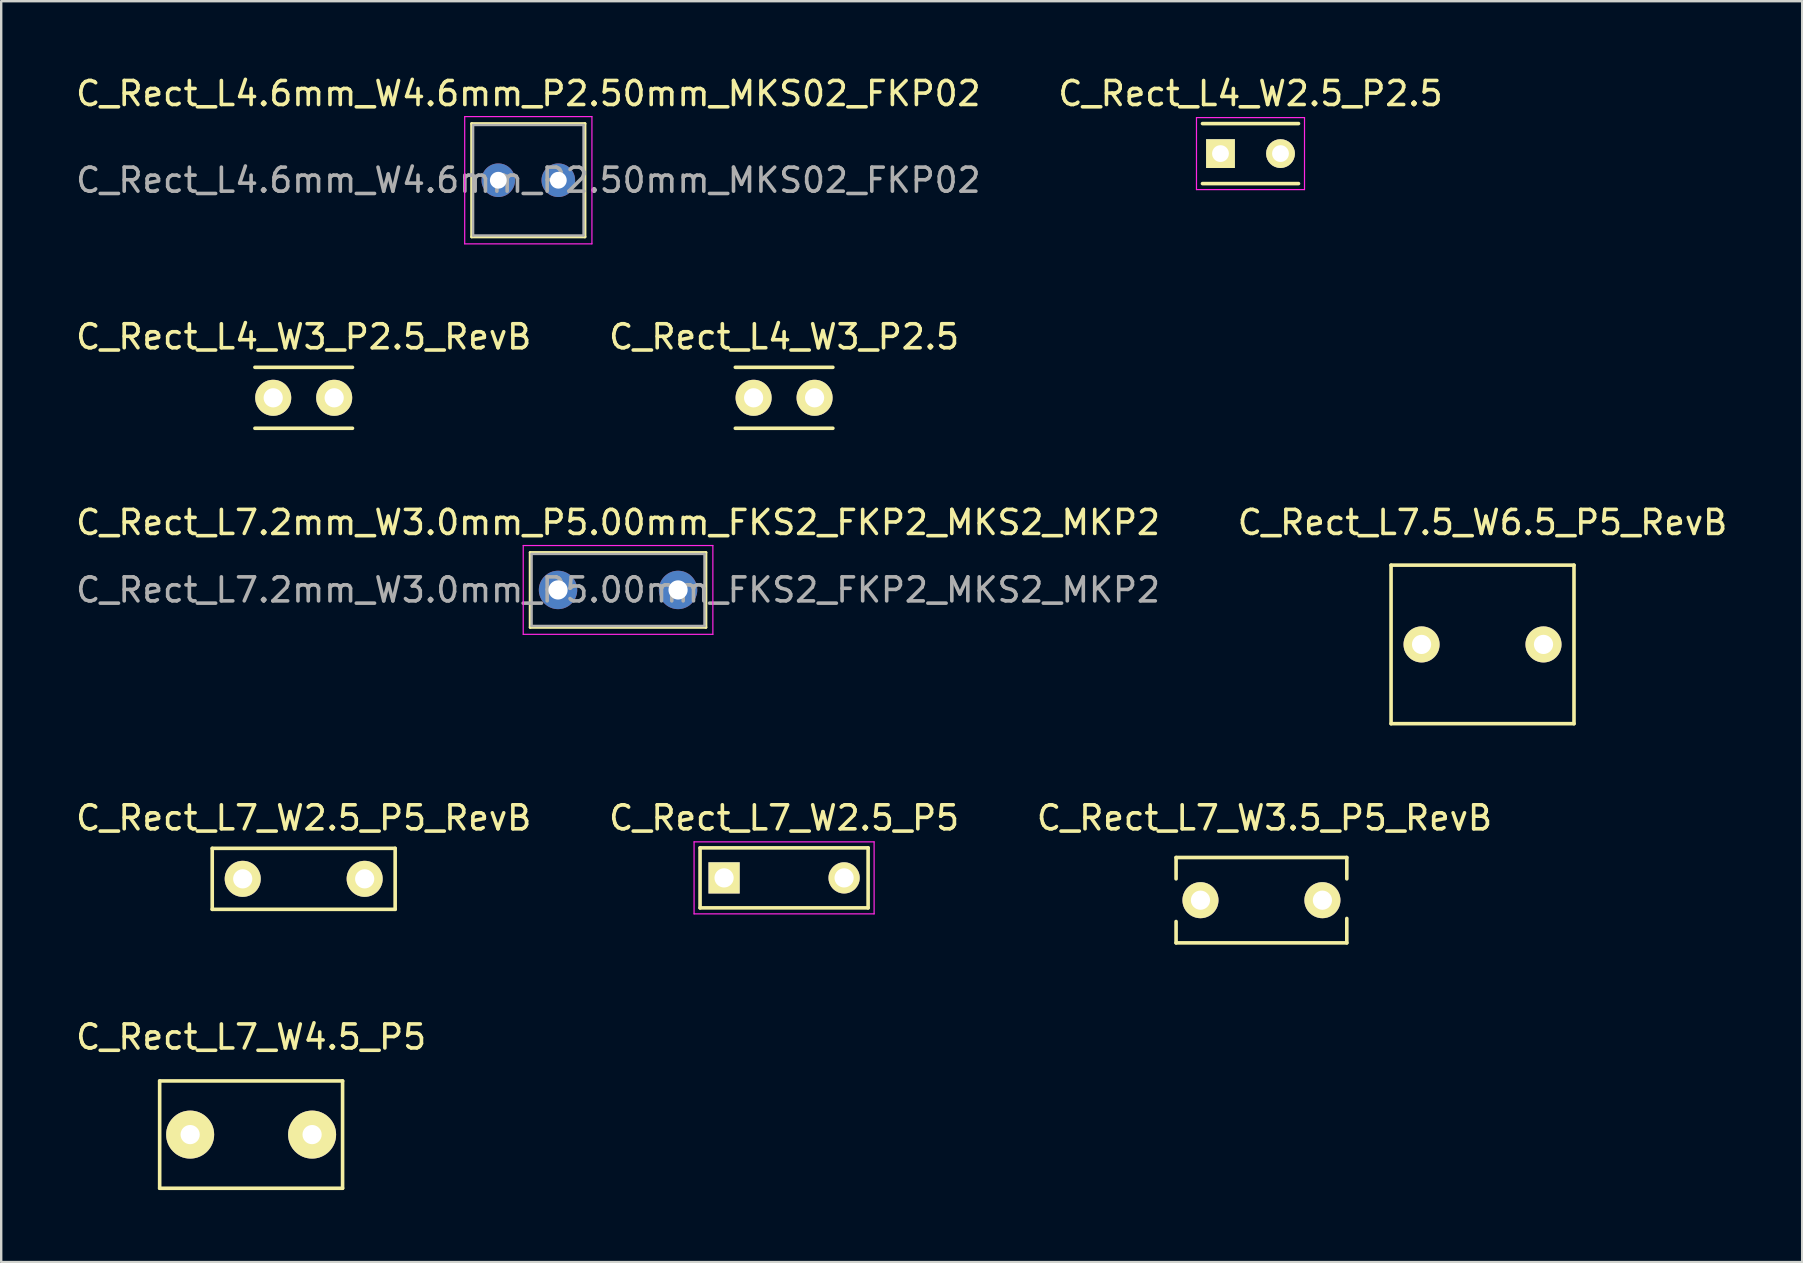
<source format=kicad_pcb>
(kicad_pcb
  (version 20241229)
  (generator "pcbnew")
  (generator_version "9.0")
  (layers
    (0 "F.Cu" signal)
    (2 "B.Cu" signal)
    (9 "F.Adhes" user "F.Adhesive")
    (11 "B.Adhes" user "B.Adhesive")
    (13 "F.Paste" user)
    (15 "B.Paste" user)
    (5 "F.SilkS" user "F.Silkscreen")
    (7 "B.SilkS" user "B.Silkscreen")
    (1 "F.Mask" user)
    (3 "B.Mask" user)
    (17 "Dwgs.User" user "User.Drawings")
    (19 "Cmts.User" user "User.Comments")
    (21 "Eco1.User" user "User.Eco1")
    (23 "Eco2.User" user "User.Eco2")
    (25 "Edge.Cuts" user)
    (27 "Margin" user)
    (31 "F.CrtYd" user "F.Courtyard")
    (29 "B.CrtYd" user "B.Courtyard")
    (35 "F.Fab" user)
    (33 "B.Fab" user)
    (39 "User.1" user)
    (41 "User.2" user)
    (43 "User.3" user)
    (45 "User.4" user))
  (footprint "C_Rect_L7.2mm_W3.0mm_P5.00mm_FKS2_FKP2_MKS2_MKP2"
    (layer "F.Cu")
    (at 20.196 21.525)
    (property "Reference" "C_Rect_L7.2mm_W3.0mm_P5.00mm_FKS2_FKP2_MKS2_MKP2" (at 2.5 -2.81 0) (layer "F.SilkS") (effects (font (size 1 1) (thickness 0.15))))
    (attr through_hole)
    (fp_line (start -1.16 -1.56) (end -1.16 1.56) (stroke (width 0.12) (type solid)) (layer "F.SilkS"))
    (fp_line (start -1.16 -1.56) (end 6.16 -1.56) (stroke (width 0.12) (type solid)) (layer "F.SilkS"))
    (fp_line (start -1.16 1.56) (end 6.16 1.56) (stroke (width 0.12) (type solid)) (layer "F.SilkS"))
    (fp_line (start 6.16 -1.56) (end 6.16 1.56) (stroke (width 0.12) (type solid)) (layer "F.SilkS"))
    (fp_line (start -1.45 -1.85) (end -1.45 1.85) (stroke (width 0.05) (type solid)) (layer "F.CrtYd"))
    (fp_line (start -1.45 1.85) (end 6.45 1.85) (stroke (width 0.05) (type solid)) (layer "F.CrtYd"))
    (fp_line (start 6.45 -1.85) (end -1.45 -1.85) (stroke (width 0.05) (type solid)) (layer "F.CrtYd"))
    (fp_line (start 6.45 1.85) (end 6.45 -1.85) (stroke (width 0.05) (type solid)) (layer "F.CrtYd"))
    (fp_line (start -1.1 -1.5) (end -1.1 1.5) (stroke (width 0.1) (type solid)) (layer "F.Fab"))
    (fp_line (start -1.1 1.5) (end 6.1 1.5) (stroke (width 0.1) (type solid)) (layer "F.Fab"))
    (fp_line (start 6.1 -1.5) (end -1.1 -1.5) (stroke (width 0.1) (type solid)) (layer "F.Fab"))
    (fp_line (start 6.1 1.5) (end 6.1 -1.5) (stroke (width 0.1) (type solid)) (layer "F.Fab"))
    (fp_text user "${REFERENCE}" (at 2.5 0 0) (layer "F.Fab") (effects (font (size 1 1) (thickness 0.15))))
    (pad "1" thru_hole circle (at 0 0) (size 1.6 1.6) (drill 0.8) (layers "*.Cu" "*.Mask"))
    (pad "2" thru_hole circle (at 5 0) (size 1.6 1.6) (drill 0.8) (layers "*.Cu" "*.Mask")))
  (footprint "C_Rect_L4_W3_P2.5_RevB"
    (layer "F.Cu")
    (at 9.601 13.521)
    (property "Reference" "C_Rect_L4_W3_P2.5_RevB" (at 0 -2.54 0) (layer "F.SilkS") (effects (font (size 1 1) (thickness 0.15))))
    (attr through_hole)
    (fp_line (start -2.032 1.27) (end 2.032 1.27) (stroke (width 0.15) (type solid)) (layer "F.SilkS"))
    (fp_line (start 2.032 -1.27) (end -2.032 -1.27) (stroke (width 0.15) (type solid)) (layer "F.SilkS"))
    (pad "1" thru_hole circle (at -1.27 0) (size 1.501 1.501) (drill 0.8) (layers "*.Cu" "*.Mask" "F.SilkS"))
    (pad "2" thru_hole circle (at 1.27 0) (size 1.501 1.501) (drill 0.8) (layers "*.Cu" "*.Mask" "F.SilkS")))
  (footprint "C_Rect_L7_W2.5_P5_RevB"
    (layer "F.Cu")
    (at 9.601 33.56)
    (property "Reference" "C_Rect_L7_W2.5_P5_RevB" (at 0 -2.54 0) (layer "F.SilkS") (effects (font (size 1 1) (thickness 0.15))))
    (attr through_hole)
    (fp_line (start -3.81 -1.27) (end -3.81 1.27) (stroke (width 0.15) (type solid)) (layer "F.SilkS"))
    (fp_line (start -3.81 1.27) (end 3.81 1.27) (stroke (width 0.15) (type solid)) (layer "F.SilkS"))
    (fp_line (start 3.81 -1.27) (end -3.81 -1.27) (stroke (width 0.15) (type solid)) (layer "F.SilkS"))
    (fp_line (start 3.81 1.27) (end 3.81 -1.27) (stroke (width 0.15) (type solid)) (layer "F.SilkS"))
    (pad "1" thru_hole circle (at -2.54 0) (size 1.501 1.501) (drill 0.8) (layers "*.Cu" "*.Mask" "F.SilkS"))
    (pad "2" thru_hole circle (at 2.54 0) (size 1.501 1.501) (drill 0.8) (layers "*.Cu" "*.Mask" "F.SilkS")))
  (footprint "C_Rect_L4.6mm_W4.6mm_P2.50mm_MKS02_FKP02"
    (layer "F.Cu")
    (at 17.708 4.458)
    (property "Reference" "C_Rect_L4.6mm_W4.6mm_P2.50mm_MKS02_FKP02" (at 1.25 -3.61 0) (layer "F.SilkS") (effects (font (size 1 1) (thickness 0.15))))
    (attr through_hole)
    (fp_line (start -1.11 -2.36) (end -1.11 2.36) (stroke (width 0.12) (type solid)) (layer "F.SilkS"))
    (fp_line (start -1.11 -2.36) (end 3.61 -2.36) (stroke (width 0.12) (type solid)) (layer "F.SilkS"))
    (fp_line (start -1.11 2.36) (end 3.61 2.36) (stroke (width 0.12) (type solid)) (layer "F.SilkS"))
    (fp_line (start 3.61 -2.36) (end 3.61 2.36) (stroke (width 0.12) (type solid)) (layer "F.SilkS"))
    (fp_line (start -1.4 -2.65) (end -1.4 2.65) (stroke (width 0.05) (type solid)) (layer "F.CrtYd"))
    (fp_line (start -1.4 2.65) (end 3.9 2.65) (stroke (width 0.05) (type solid)) (layer "F.CrtYd"))
    (fp_line (start 3.9 -2.65) (end -1.4 -2.65) (stroke (width 0.05) (type solid)) (layer "F.CrtYd"))
    (fp_line (start 3.9 2.65) (end 3.9 -2.65) (stroke (width 0.05) (type solid)) (layer "F.CrtYd"))
    (fp_line (start -1.05 -2.3) (end -1.05 2.3) (stroke (width 0.1) (type solid)) (layer "F.Fab"))
    (fp_line (start -1.05 2.3) (end 3.55 2.3) (stroke (width 0.1) (type solid)) (layer "F.Fab"))
    (fp_line (start 3.55 -2.3) (end -1.05 -2.3) (stroke (width 0.1) (type solid)) (layer "F.Fab"))
    (fp_line (start 3.55 2.3) (end 3.55 -2.3) (stroke (width 0.1) (type solid)) (layer "F.Fab"))
    (fp_text user "${REFERENCE}" (at 1.25 0 0) (layer "F.Fab") (effects (font (size 1 1) (thickness 0.15))))
    (pad "1" thru_hole circle (at 0 0) (size 1.4 1.4) (drill 0.7) (layers "*.Cu" "*.Mask"))
    (pad "2" thru_hole circle (at 2.5 0) (size 1.4 1.4) (drill 0.7) (layers "*.Cu" "*.Mask")))
  (footprint "C_Rect_L7.5_W6.5_P5_RevB"
    (layer "F.Cu")
    (at 58.708 23.795)
    (property "Reference" "C_Rect_L7.5_W6.5_P5_RevB" (at 0 -5.08 0) (layer "F.SilkS") (effects (font (size 1 1) (thickness 0.15))))
    (attr through_hole)
    (fp_line (start -3.81 -3.302) (end -3.81 3.302) (stroke (width 0.15) (type solid)) (layer "F.SilkS"))
    (fp_line (start -3.81 3.302) (end 3.81 3.302) (stroke (width 0.15) (type solid)) (layer "F.SilkS"))
    (fp_line (start 3.81 -3.302) (end -3.81 -3.302) (stroke (width 0.15) (type solid)) (layer "F.SilkS"))
    (fp_line (start 3.81 3.302) (end 3.81 -3.302) (stroke (width 0.15) (type solid)) (layer "F.SilkS"))
    (pad "1" thru_hole circle (at -2.54 0) (size 1.501 1.501) (drill 0.8) (layers "*.Cu" "*.Mask" "F.SilkS"))
    (pad "2" thru_hole circle (at 2.54 0) (size 1.501 1.501) (drill 0.8) (layers "*.Cu" "*.Mask" "F.SilkS")))
  (footprint "C_Rect_L7_W3.5_P5_RevB"
    (layer "F.Cu")
    (at 49.498 34.449)
    (property "Reference" "C_Rect_L7_W3.5_P5_RevB" (at 0.127 -3.429 0) (layer "F.SilkS") (effects (font (size 1 1) (thickness 0.15))))
    (attr through_hole)
    (fp_line (start -3.556 -1.778) (end -3.556 -0.889) (stroke (width 0.15) (type solid)) (layer "F.SilkS"))
    (fp_line (start -3.556 1.778) (end -3.556 0.889) (stroke (width 0.15) (type solid)) (layer "F.SilkS"))
    (fp_line (start -3.556 1.778) (end 3.556 1.778) (stroke (width 0.15) (type solid)) (layer "F.SilkS"))
    (fp_line (start 3.556 -1.778) (end -3.556 -1.778) (stroke (width 0.15) (type solid)) (layer "F.SilkS"))
    (fp_line (start 3.556 -1.778) (end 3.556 -0.889) (stroke (width 0.15) (type solid)) (layer "F.SilkS"))
    (fp_line (start 3.556 1.778) (end 3.556 0.762) (stroke (width 0.15) (type solid)) (layer "F.SilkS"))
    (pad "1" thru_hole circle (at -2.54 0) (size 1.501 1.501) (drill 0.8) (layers "*.Cu" "*.Mask" "F.SilkS"))
    (pad "2" thru_hole circle (at 2.54 0) (size 1.501 1.501) (drill 0.8) (layers "*.Cu" "*.Mask" "F.SilkS")))
  (footprint "C_Rect_L4_W3_P2.5"
    (layer "F.Cu")
    (at 28.343 13.521)
    (property "Reference" "C_Rect_L4_W3_P2.5" (at 1.27 -2.54 0) (layer "F.SilkS") (effects (font (size 1 1) (thickness 0.15))))
    (attr through_hole)
    (fp_line (start -0.762 1.27) (end 3.302 1.27) (stroke (width 0.15) (type solid)) (layer "F.SilkS"))
    (fp_line (start 3.302 -1.27) (end -0.762 -1.27) (stroke (width 0.15) (type solid)) (layer "F.SilkS"))
    (pad "1" thru_hole circle (at 0 0) (size 1.501 1.501) (drill 0.8) (layers "*.Cu" "*.Mask" "F.SilkS"))
    (pad "2" thru_hole circle (at 2.54 0) (size 1.501 1.501) (drill 0.8) (layers "*.Cu" "*.Mask" "F.SilkS")))
  (footprint "C_Rect_L7_W2.5_P5"
    (layer "F.Cu")
    (at 27.113 33.52)
    (property "Reference" "C_Rect_L7_W2.5_P5" (at 2.5 -2.5 0) (layer "F.SilkS") (effects (font (size 1 1) (thickness 0.15))))
    (attr through_hole)
    (fp_line (start -1 -1.25) (end 6 -1.25) (stroke (width 0.15) (type solid)) (layer "F.SilkS"))
    (fp_line (start -1 1.25) (end -1 -1.25) (stroke (width 0.15) (type solid)) (layer "F.SilkS"))
    (fp_line (start 6 -1.25) (end 6 1.25) (stroke (width 0.15) (type solid)) (layer "F.SilkS"))
    (fp_line (start 6 1.25) (end -1 1.25) (stroke (width 0.15) (type solid)) (layer "F.SilkS"))
    (fp_line (start -1.25 -1.5) (end 6.25 -1.5) (stroke (width 0.05) (type solid)) (layer "F.CrtYd"))
    (fp_line (start -1.25 1.5) (end -1.25 -1.5) (stroke (width 0.05) (type solid)) (layer "F.CrtYd"))
    (fp_line (start 6.25 -1.5) (end 6.25 1.5) (stroke (width 0.05) (type solid)) (layer "F.CrtYd"))
    (fp_line (start 6.25 1.5) (end -1.25 1.5) (stroke (width 0.05) (type solid)) (layer "F.CrtYd"))
    (pad "1" thru_hole rect (at 0 0) (size 1.3 1.3) (drill 0.8) (layers "*.Cu" "*.Mask" "F.SilkS"))
    (pad "2" thru_hole circle (at 5 0) (size 1.3 1.3) (drill 0.8) (layers "*.Cu" "*.Mask" "F.SilkS")))
  (footprint "C_Rect_L7_W4.5_P5"
    (layer "F.Cu")
    (at 7.411 44.214)
    (property "Reference" "C_Rect_L7_W4.5_P5" (at 0 -4.064 0) (layer "F.SilkS") (effects (font (size 1 1) (thickness 0.15))))
    (attr through_hole)
    (fp_line (start -3.81 -2.235) (end 3.81 -2.235) (stroke (width 0.15) (type solid)) (layer "F.SilkS"))
    (fp_line (start -3.81 2.235) (end -3.81 -2.235) (stroke (width 0.15) (type solid)) (layer "F.SilkS"))
    (fp_line (start 3.81 2.235) (end -3.81 2.235) (stroke (width 0.15) (type solid)) (layer "F.SilkS"))
    (fp_line (start 3.81 2.235) (end 3.81 -2.235) (stroke (width 0.15) (type solid)) (layer "F.SilkS"))
    (pad "1" thru_hole circle (at -2.54 0) (size 1.999 1.999) (drill 0.8) (layers "*.Cu" "*.Mask" "F.SilkS"))
    (pad "2" thru_hole circle (at 2.54 0) (size 1.999 1.999) (drill 0.8) (layers "*.Cu" "*.Mask" "F.SilkS")))
  (footprint "C_Rect_L4_W2.5_P2.5"
    (layer "F.Cu")
    (at 47.792 3.348)
    (property "Reference" "C_Rect_L4_W2.5_P2.5" (at 1.25 -2.5 0) (layer "F.SilkS") (effects (font (size 1 1) (thickness 0.15))))
    (attr through_hole)
    (fp_line (start -0.75 -1.25) (end 3.25 -1.25) (stroke (width 0.15) (type solid)) (layer "F.SilkS"))
    (fp_line (start -0.75 1.25) (end 3.25 1.25) (stroke (width 0.15) (type solid)) (layer "F.SilkS"))
    (fp_line (start -1 -1.5) (end 3.5 -1.5) (stroke (width 0.05) (type solid)) (layer "F.CrtYd"))
    (fp_line (start -1 1.5) (end -1 -1.5) (stroke (width 0.05) (type solid)) (layer "F.CrtYd"))
    (fp_line (start 3.5 -1.5) (end 3.5 1.5) (stroke (width 0.05) (type solid)) (layer "F.CrtYd"))
    (fp_line (start 3.5 1.5) (end -1 1.5) (stroke (width 0.05) (type solid)) (layer "F.CrtYd"))
    (pad "1" thru_hole rect (at 0 0) (size 1.2 1.2) (drill 0.7) (layers "*.Cu" "*.Mask" "F.SilkS"))
    (pad "2" thru_hole circle (at 2.5 0) (size 1.2 1.2) (drill 0.7) (layers "*.Cu" "*.Mask" "F.SilkS")))
  (gr_rect
    (start -3 -3)
    (end 72.024 49.524)
    (stroke (width 0.1) (type default))
    (fill no)
    (layer "Edge.Cuts")))
</source>
